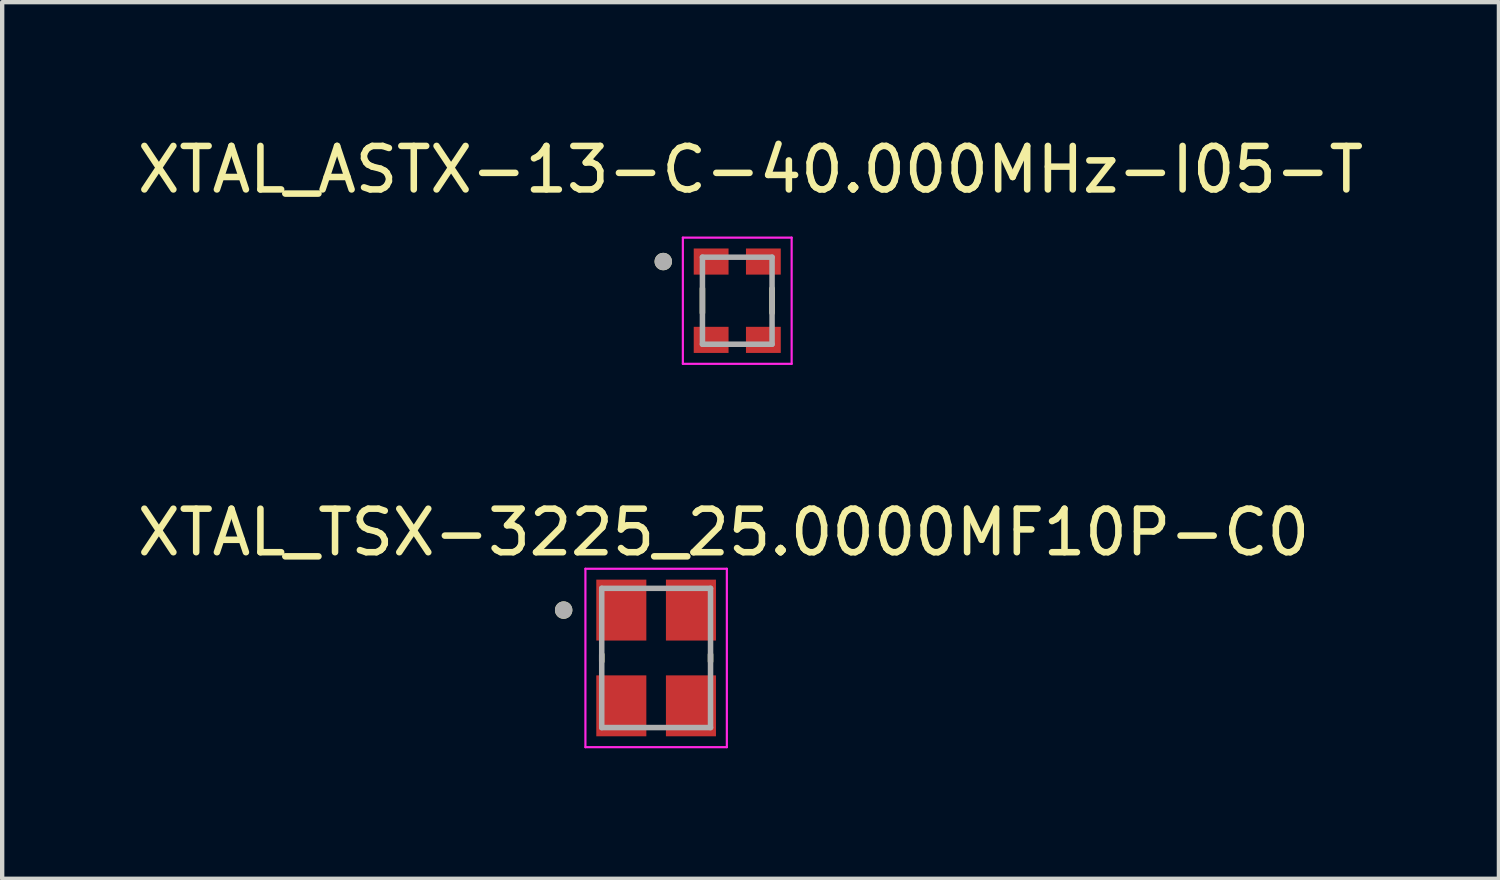
<source format=kicad_pcb>
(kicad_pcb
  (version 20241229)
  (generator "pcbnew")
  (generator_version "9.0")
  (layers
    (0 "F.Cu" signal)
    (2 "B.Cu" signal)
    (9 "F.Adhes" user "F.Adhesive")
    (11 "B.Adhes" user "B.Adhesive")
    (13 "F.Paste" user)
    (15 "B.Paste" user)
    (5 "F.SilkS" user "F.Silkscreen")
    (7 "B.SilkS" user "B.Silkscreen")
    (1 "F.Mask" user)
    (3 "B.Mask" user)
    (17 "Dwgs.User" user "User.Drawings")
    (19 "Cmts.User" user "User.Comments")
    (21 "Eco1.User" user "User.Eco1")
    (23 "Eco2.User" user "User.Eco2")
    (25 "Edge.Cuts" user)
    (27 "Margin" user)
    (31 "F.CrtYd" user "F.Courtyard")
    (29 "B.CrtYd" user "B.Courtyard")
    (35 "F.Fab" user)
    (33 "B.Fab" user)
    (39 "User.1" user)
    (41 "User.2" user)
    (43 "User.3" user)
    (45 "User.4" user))
  (footprint "XTAL_TSX-3225_25.0000MF10P-C0"
    (layer "F.Cu")
    (at 12.027 12.069)
    (property "Reference" "XTAL_TSX-3225_25.0000MF10P-C0" (at 1.55 -2.885 0) (layer "F.SilkS") (effects (font (size 1 1) (thickness 0.15))))
    (attr smd)
    (fp_line (start -1.25 -0.08) (end -1.25 0.08) (stroke (width 0.127) (type solid)) (layer "F.SilkS"))
    (fp_line (start 1.25 -0.08) (end 1.25 0.08) (stroke (width 0.127) (type solid)) (layer "F.SilkS"))
    (fp_circle (center -2.125 -1.1) (end -2.025 -1.1) (stroke (width 0.2) (type solid)) (fill no) (layer "F.SilkS"))
    (fp_line (start -1.625 -2.05) (end -1.625 2.05) (stroke (width 0.05) (type solid)) (layer "F.CrtYd"))
    (fp_line (start -1.625 -2.05) (end 1.625 -2.05) (stroke (width 0.05) (type solid)) (layer "F.CrtYd"))
    (fp_line (start 1.625 -2.05) (end 1.625 2.05) (stroke (width 0.05) (type solid)) (layer "F.CrtYd"))
    (fp_line (start 1.625 2.05) (end -1.625 2.05) (stroke (width 0.05) (type solid)) (layer "F.CrtYd"))
    (fp_line (start -1.25 -1.6) (end -1.25 1.6) (stroke (width 0.127) (type solid)) (layer "F.Fab"))
    (fp_line (start -1.25 -1.6) (end 1.25 -1.6) (stroke (width 0.127) (type solid)) (layer "F.Fab"))
    (fp_line (start 1.25 -1.6) (end 1.25 1.6) (stroke (width 0.127) (type solid)) (layer "F.Fab"))
    (fp_line (start 1.25 1.6) (end -1.25 1.6) (stroke (width 0.127) (type solid)) (layer "F.Fab"))
    (fp_circle (center -2.125 -1.1) (end -2.025 -1.1) (stroke (width 0.2) (type solid)) (fill no) (layer "F.Fab"))
    (pad "1" smd rect (at -0.8 -1.1) (size 1.15 1.4) (layers "F.Cu" "F.Mask" "F.Paste"))
    (pad "2" smd rect (at -0.8 1.1) (size 1.15 1.4) (layers "F.Cu" "F.Mask" "F.Paste"))
    (pad "3" smd rect (at 0.8 1.1) (size 1.15 1.4) (layers "F.Cu" "F.Mask" "F.Paste"))
    (pad "4" smd rect (at 0.8 -1.1) (size 1.15 1.4) (layers "F.Cu" "F.Mask" "F.Paste")))
  (footprint "XTAL_ASTX-13-C-40.000MHz-I05-T"
    (layer "F.Cu")
    (at 13.891 3.86)
    (property "Reference" "XTAL_ASTX-13-C-40.000MHz-I05-T" (at 0.305 -3.012 0) (layer "F.SilkS") (effects (font (size 1 1) (thickness 0.15))))
    (attr smd)
    (fp_line (start -0.8 0.28) (end -0.8 -0.28) (stroke (width 0.127) (type solid)) (layer "F.SilkS"))
    (fp_line (start 0.8 0.28) (end 0.8 -0.28) (stroke (width 0.127) (type solid)) (layer "F.SilkS"))
    (fp_circle (center -1.7 -0.9) (end -1.6 -0.9) (stroke (width 0.2) (type solid)) (fill no) (layer "F.SilkS"))
    (fp_line (start -1.25 -1.45) (end -1.25 1.45) (stroke (width 0.05) (type solid)) (layer "F.CrtYd"))
    (fp_line (start -1.25 1.45) (end 1.25 1.45) (stroke (width 0.05) (type solid)) (layer "F.CrtYd"))
    (fp_line (start 1.25 -1.45) (end -1.25 -1.45) (stroke (width 0.05) (type solid)) (layer "F.CrtYd"))
    (fp_line (start 1.25 1.45) (end 1.25 -1.45) (stroke (width 0.05) (type solid)) (layer "F.CrtYd"))
    (fp_line (start -0.8 -1) (end 0.8 -1) (stroke (width 0.127) (type solid)) (layer "F.Fab"))
    (fp_line (start -0.8 1) (end -0.8 -1) (stroke (width 0.127) (type solid)) (layer "F.Fab"))
    (fp_line (start 0.8 -1) (end 0.8 1) (stroke (width 0.127) (type solid)) (layer "F.Fab"))
    (fp_line (start 0.8 1) (end -0.8 1) (stroke (width 0.127) (type solid)) (layer "F.Fab"))
    (fp_circle (center -1.7 -0.9) (end -1.6 -0.9) (stroke (width 0.2) (type solid)) (fill no) (layer "F.Fab"))
    (pad "1" smd rect (at -0.6 -0.9) (size 0.8 0.6) (layers "F.Cu" "F.Mask" "F.Paste"))
    (pad "2" smd rect (at -0.6 0.9) (size 0.8 0.6) (layers "F.Cu" "F.Mask" "F.Paste"))
    (pad "3" smd rect (at 0.6 0.9) (size 0.8 0.6) (layers "F.Cu" "F.Mask" "F.Paste"))
    (pad "4" smd rect (at 0.6 -0.9) (size 0.8 0.6) (layers "F.Cu" "F.Mask" "F.Paste")))
  (gr_rect
    (start -3 -3)
    (end 31.393 17.143)
    (stroke (width 0.1) (type default))
    (fill no)
    (layer "Edge.Cuts")))
</source>
